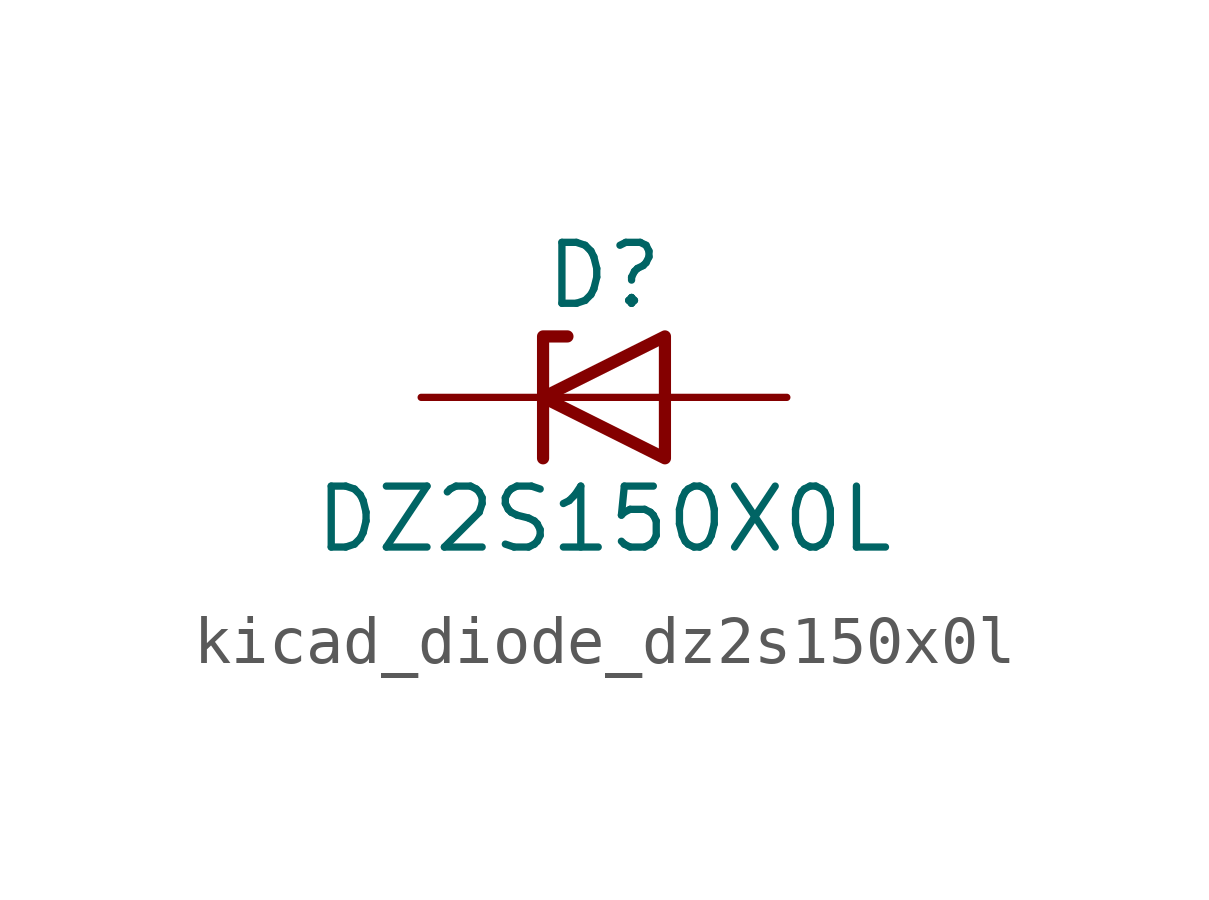
<source format=kicad_sym>
(kicad_symbol_lib
  (version 20220914)
  (generator kicad_symbol_editor)
  (symbol "kicad_diode_dz2s150x0l"
    (pin_numbers hide)
    (pin_names hide)
    (property "Reference" "D"
      (at 0 2.54 0)
      (effects (font (size 1.27 1.27))))
    (property "Value" "DZ2S150X0L"
      (at 0 -2.54 0)
      (effects (font (size 1.27 1.27))))
    (symbol "kicad_diode_dz2s150x0l_0_1"
      (polyline (pts (xy 1.27 0) (xy -1.27 0)) (stroke (width 0) (type default)) (fill (type none)))
      (polyline (pts (xy -1.27 -1.27) (xy -1.27 1.27) (xy -0.762 1.27)) (stroke (width 0.254) (type default)) (fill (type none)))
      (polyline (pts (xy 1.27 -1.27) (xy 1.27 1.27) (xy -1.27 0) (xy 1.27 -1.27)) (stroke (width 0.254) (type default)) (fill (type none))))
    (symbol "kicad_diode_dz2s150x0l_1_1"
      (pin passive line (at -3.81 0 0) (length 2.54) (name "K" (effects (font (size 1.27 1.27)))) (number "1" (effects (font (size 1.27 1.27)))))
      (pin passive line (at 3.81 0 180) (length 2.54) (name "A" (effects (font (size 1.27 1.27)))) (number "2" (effects (font (size 1.27 1.27))))))))
</source>
